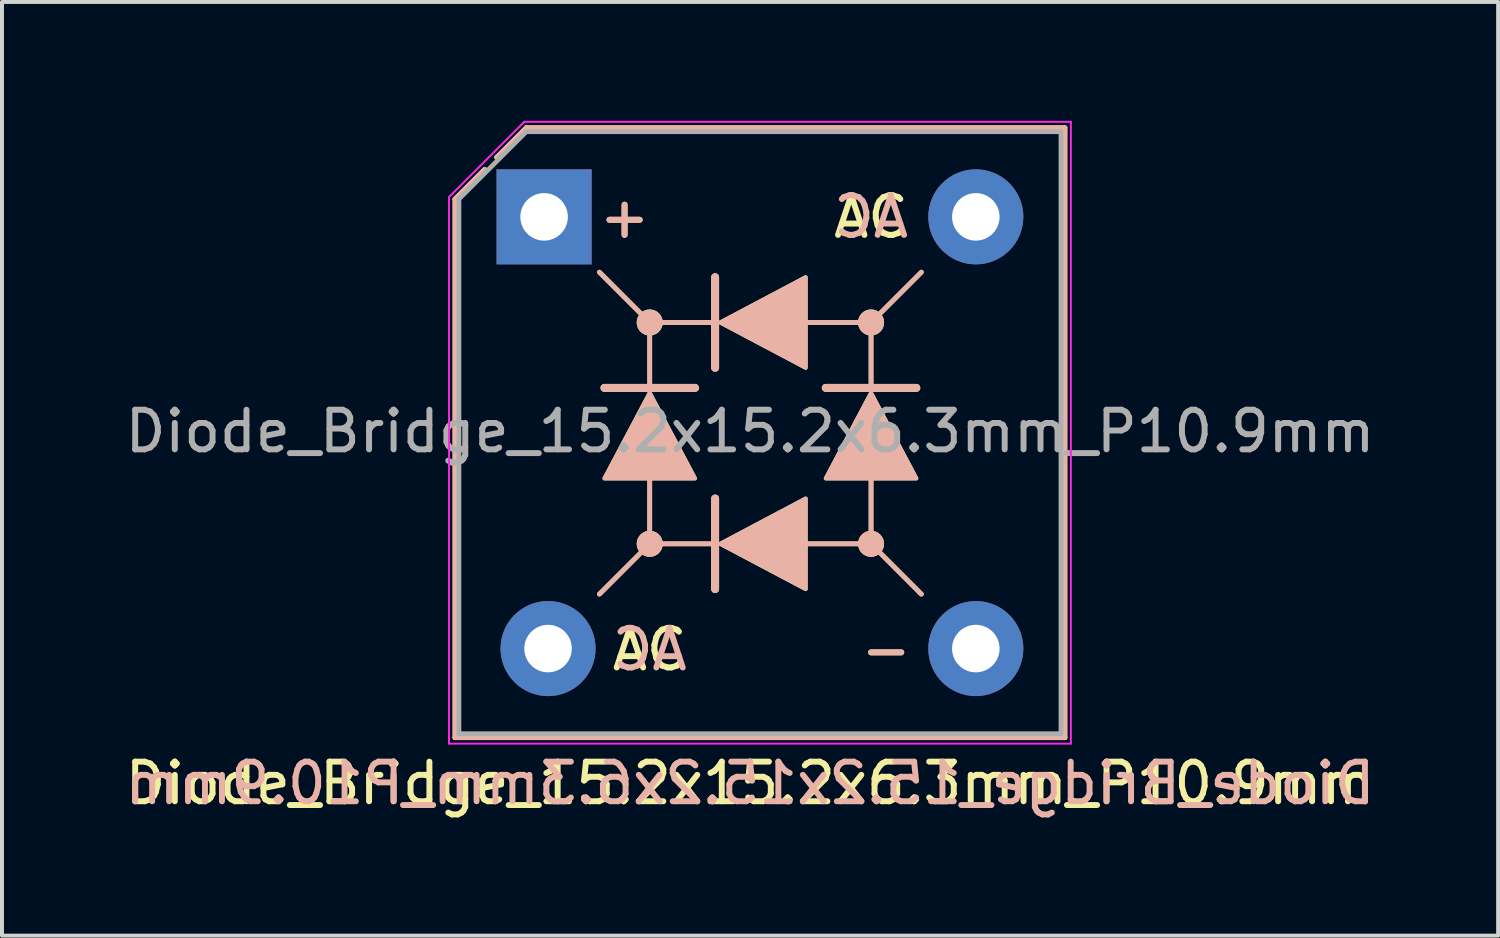
<source format=kicad_pcb>
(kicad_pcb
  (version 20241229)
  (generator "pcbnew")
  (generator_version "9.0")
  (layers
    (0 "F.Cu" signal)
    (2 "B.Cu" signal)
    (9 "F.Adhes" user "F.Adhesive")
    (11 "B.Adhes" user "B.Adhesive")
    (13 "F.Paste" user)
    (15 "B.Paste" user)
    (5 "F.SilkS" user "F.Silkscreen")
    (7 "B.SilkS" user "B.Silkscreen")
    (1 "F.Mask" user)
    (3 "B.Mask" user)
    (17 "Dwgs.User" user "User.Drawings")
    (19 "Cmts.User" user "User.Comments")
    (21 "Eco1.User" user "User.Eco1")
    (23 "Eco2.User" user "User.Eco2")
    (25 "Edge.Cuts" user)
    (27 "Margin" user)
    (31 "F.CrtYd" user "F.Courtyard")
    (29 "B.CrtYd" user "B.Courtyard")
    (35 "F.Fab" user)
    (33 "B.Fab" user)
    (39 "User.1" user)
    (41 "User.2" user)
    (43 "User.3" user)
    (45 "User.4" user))
  (footprint "Diode_Bridge_15.2x15.2x6.3mm_P10.9mm"
    (layer "F.Cu")
    (at 10.687 2.425)
    (property "Reference" "Diode_Bridge_15.2x15.2x6.3mm_P10.9mm" (at 5.2 14.3 180) (layer "F.SilkS") (effects (font (size 1 1) (thickness 0.15))))
    (fp_line (start -2.25 -0.45) (end -1.5 -1.2) (stroke (width 0.12) (type solid)) (layer "F.SilkS"))
    (fp_line (start -2.25 13.15) (end -2.25 -0.45) (stroke (width 0.12) (type solid)) (layer "F.SilkS"))
    (fp_line (start -1.2 -1.5) (end -0.45 -2.25) (stroke (width 0.12) (type solid)) (layer "F.SilkS"))
    (fp_line (start -0.45 -2.25) (end 13.15 -2.25) (stroke (width 0.12) (type solid)) (layer "F.SilkS"))
    (fp_line (start 1.397 1.397) (end 2.667 2.667) (stroke (width 0.12) (type solid)) (layer "F.SilkS"))
    (fp_line (start 1.397 9.525) (end 2.667 8.255) (stroke (width 0.12) (type solid)) (layer "F.SilkS"))
    (fp_line (start 2.667 4.318) (end 1.524 4.318) (stroke (width 0.2) (type solid)) (layer "F.SilkS"))
    (fp_line (start 2.667 4.318) (end 2.667 2.667) (stroke (width 0.12) (type solid)) (layer "F.SilkS"))
    (fp_line (start 2.667 8.255) (end 2.667 6.604) (stroke (width 0.12) (type solid)) (layer "F.SilkS"))
    (fp_line (start 3.81 4.318) (end 2.667 4.318) (stroke (width 0.2) (type solid)) (layer "F.SilkS"))
    (fp_line (start 4.318 1.524) (end 4.318 2.667) (stroke (width 0.2) (type solid)) (layer "F.SilkS"))
    (fp_line (start 4.318 2.667) (end 2.667 2.667) (stroke (width 0.12) (type solid)) (layer "F.SilkS"))
    (fp_line (start 4.318 2.667) (end 4.318 3.81) (stroke (width 0.2) (type solid)) (layer "F.SilkS"))
    (fp_line (start 4.318 7.112) (end 4.318 8.255) (stroke (width 0.2) (type solid)) (layer "F.SilkS"))
    (fp_line (start 4.318 8.255) (end 2.667 8.255) (stroke (width 0.12) (type solid)) (layer "F.SilkS"))
    (fp_line (start 4.318 8.255) (end 4.318 9.398) (stroke (width 0.2) (type solid)) (layer "F.SilkS"))
    (fp_line (start 8.255 2.667) (end 6.604 2.667) (stroke (width 0.12) (type solid)) (layer "F.SilkS"))
    (fp_line (start 8.255 4.318) (end 7.112 4.318) (stroke (width 0.2) (type solid)) (layer "F.SilkS"))
    (fp_line (start 8.255 4.318) (end 8.255 2.667) (stroke (width 0.12) (type solid)) (layer "F.SilkS"))
    (fp_line (start 8.255 8.255) (end 6.604 8.255) (stroke (width 0.12) (type solid)) (layer "F.SilkS"))
    (fp_line (start 8.255 8.255) (end 8.255 6.604) (stroke (width 0.12) (type solid)) (layer "F.SilkS"))
    (fp_line (start 9.398 4.318) (end 8.255 4.318) (stroke (width 0.2) (type solid)) (layer "F.SilkS"))
    (fp_line (start 9.525 1.397) (end 8.255 2.667) (stroke (width 0.12) (type solid)) (layer "F.SilkS"))
    (fp_line (start 9.525 9.525) (end 8.255 8.255) (stroke (width 0.12) (type solid)) (layer "F.SilkS"))
    (fp_line (start 13.15 -2.25) (end 13.15 13.15) (stroke (width 0.12) (type solid)) (layer "F.SilkS"))
    (fp_line (start 13.15 13.15) (end -2.25 13.15) (stroke (width 0.12) (type solid)) (layer "F.SilkS"))
    (fp_circle (center 2.667 2.667) (end 2.731 2.603) (stroke (width 0.12) (type solid)) (fill no) (layer "F.SilkS"))
    (fp_circle (center 2.667 2.667) (end 2.794 2.54) (stroke (width 0.12) (type solid)) (fill no) (layer "F.SilkS"))
    (fp_circle (center 2.667 2.667) (end 2.857 2.477) (stroke (width 0.12) (type solid)) (fill no) (layer "F.SilkS"))
    (fp_circle (center 2.667 8.255) (end 2.731 8.191) (stroke (width 0.12) (type solid)) (fill no) (layer "F.SilkS"))
    (fp_circle (center 2.667 8.255) (end 2.794 8.128) (stroke (width 0.12) (type solid)) (fill no) (layer "F.SilkS"))
    (fp_circle (center 2.667 8.255) (end 2.857 8.065) (stroke (width 0.12) (type solid)) (fill no) (layer "F.SilkS"))
    (fp_circle (center 8.255 2.667) (end 8.319 2.603) (stroke (width 0.12) (type solid)) (fill no) (layer "F.SilkS"))
    (fp_circle (center 8.255 2.667) (end 8.382 2.54) (stroke (width 0.12) (type solid)) (fill no) (layer "F.SilkS"))
    (fp_circle (center 8.255 2.667) (end 8.445 2.477) (stroke (width 0.12) (type solid)) (fill no) (layer "F.SilkS"))
    (fp_circle (center 8.255 8.255) (end 8.319 8.191) (stroke (width 0.12) (type solid)) (fill no) (layer "F.SilkS"))
    (fp_circle (center 8.255 8.255) (end 8.382 8.128) (stroke (width 0.12) (type solid)) (fill no) (layer "F.SilkS"))
    (fp_circle (center 8.255 8.255) (end 8.445 8.065) (stroke (width 0.12) (type solid)) (fill no) (layer "F.SilkS"))
    (fp_poly (pts (xy 3.81 6.604) (xy 1.524 6.604) (xy 2.667 4.445)) (stroke (width 0.1) (type solid)) (fill yes) (layer "F.SilkS"))
    (fp_poly (pts (xy 6.604 1.524) (xy 6.604 3.81) (xy 4.445 2.667)) (stroke (width 0.1) (type solid)) (fill yes) (layer "F.SilkS"))
    (fp_poly (pts (xy 6.604 7.112) (xy 6.604 9.398) (xy 4.445 8.255)) (stroke (width 0.1) (type solid)) (fill yes) (layer "F.SilkS"))
    (fp_poly (pts (xy 9.398 6.604) (xy 7.112 6.604) (xy 8.255 4.445)) (stroke (width 0.1) (type solid)) (fill yes) (layer "F.SilkS"))
    (fp_line (start -2.25 -0.45) (end -1.5 -1.2) (stroke (width 0.12) (type solid)) (layer "B.SilkS"))
    (fp_line (start -2.25 13.15) (end -2.25 -0.45) (stroke (width 0.12) (type solid)) (layer "B.SilkS"))
    (fp_line (start -1.2 -1.5) (end -0.45 -2.25) (stroke (width 0.12) (type solid)) (layer "B.SilkS"))
    (fp_line (start -0.45 -2.25) (end 13.15 -2.25) (stroke (width 0.12) (type solid)) (layer "B.SilkS"))
    (fp_line (start 1.397 1.397) (end 2.667 2.667) (stroke (width 0.12) (type solid)) (layer "B.SilkS"))
    (fp_line (start 1.397 9.525) (end 2.667 8.255) (stroke (width 0.12) (type solid)) (layer "B.SilkS"))
    (fp_line (start 2.667 4.318) (end 1.524 4.318) (stroke (width 0.2) (type solid)) (layer "B.SilkS"))
    (fp_line (start 2.667 4.318) (end 2.667 2.667) (stroke (width 0.12) (type solid)) (layer "B.SilkS"))
    (fp_line (start 2.667 8.255) (end 2.667 6.604) (stroke (width 0.12) (type solid)) (layer "B.SilkS"))
    (fp_line (start 3.81 4.318) (end 2.667 4.318) (stroke (width 0.2) (type solid)) (layer "B.SilkS"))
    (fp_line (start 4.318 1.524) (end 4.318 2.667) (stroke (width 0.2) (type solid)) (layer "B.SilkS"))
    (fp_line (start 4.318 2.667) (end 2.667 2.667) (stroke (width 0.12) (type solid)) (layer "B.SilkS"))
    (fp_line (start 4.318 2.667) (end 4.318 3.81) (stroke (width 0.2) (type solid)) (layer "B.SilkS"))
    (fp_line (start 4.318 7.112) (end 4.318 8.255) (stroke (width 0.2) (type solid)) (layer "B.SilkS"))
    (fp_line (start 4.318 8.255) (end 2.667 8.255) (stroke (width 0.12) (type solid)) (layer "B.SilkS"))
    (fp_line (start 4.318 8.255) (end 4.318 9.398) (stroke (width 0.2) (type solid)) (layer "B.SilkS"))
    (fp_line (start 8.255 2.667) (end 6.604 2.667) (stroke (width 0.12) (type solid)) (layer "B.SilkS"))
    (fp_line (start 8.255 4.318) (end 7.112 4.318) (stroke (width 0.2) (type solid)) (layer "B.SilkS"))
    (fp_line (start 8.255 4.318) (end 8.255 2.667) (stroke (width 0.12) (type solid)) (layer "B.SilkS"))
    (fp_line (start 8.255 8.255) (end 6.604 8.255) (stroke (width 0.12) (type solid)) (layer "B.SilkS"))
    (fp_line (start 8.255 8.255) (end 8.255 6.604) (stroke (width 0.12) (type solid)) (layer "B.SilkS"))
    (fp_line (start 9.398 4.318) (end 8.255 4.318) (stroke (width 0.2) (type solid)) (layer "B.SilkS"))
    (fp_line (start 9.525 1.397) (end 8.255 2.667) (stroke (width 0.12) (type solid)) (layer "B.SilkS"))
    (fp_line (start 9.525 9.525) (end 8.255 8.255) (stroke (width 0.12) (type solid)) (layer "B.SilkS"))
    (fp_line (start 13.15 -2.25) (end 13.15 13.15) (stroke (width 0.12) (type solid)) (layer "B.SilkS"))
    (fp_line (start 13.15 13.15) (end -2.25 13.15) (stroke (width 0.12) (type solid)) (layer "B.SilkS"))
    (fp_circle (center 2.667 2.667) (end 2.757 2.667) (stroke (width 0.12) (type solid)) (fill no) (layer "B.SilkS"))
    (fp_circle (center 2.667 2.667) (end 2.847 2.667) (stroke (width 0.12) (type solid)) (fill no) (layer "B.SilkS"))
    (fp_circle (center 2.667 2.667) (end 2.936 2.667) (stroke (width 0.12) (type solid)) (fill no) (layer "B.SilkS"))
    (fp_circle (center 2.667 8.255) (end 2.757 8.255) (stroke (width 0.12) (type solid)) (fill no) (layer "B.SilkS"))
    (fp_circle (center 2.667 8.255) (end 2.847 8.255) (stroke (width 0.12) (type solid)) (fill no) (layer "B.SilkS"))
    (fp_circle (center 2.667 8.255) (end 2.936 8.255) (stroke (width 0.12) (type solid)) (fill no) (layer "B.SilkS"))
    (fp_circle (center 8.255 2.667) (end 8.345 2.667) (stroke (width 0.12) (type solid)) (fill no) (layer "B.SilkS"))
    (fp_circle (center 8.255 2.667) (end 8.435 2.667) (stroke (width 0.12) (type solid)) (fill no) (layer "B.SilkS"))
    (fp_circle (center 8.255 2.667) (end 8.524 2.667) (stroke (width 0.12) (type solid)) (fill no) (layer "B.SilkS"))
    (fp_circle (center 8.255 8.255) (end 8.345 8.255) (stroke (width 0.12) (type solid)) (fill no) (layer "B.SilkS"))
    (fp_circle (center 8.255 8.255) (end 8.435 8.255) (stroke (width 0.12) (type solid)) (fill no) (layer "B.SilkS"))
    (fp_circle (center 8.255 8.255) (end 8.524 8.255) (stroke (width 0.12) (type solid)) (fill no) (layer "B.SilkS"))
    (fp_poly (pts (xy 3.81 6.604) (xy 1.524 6.604) (xy 2.667 4.445)) (stroke (width 0.1) (type solid)) (fill yes) (layer "B.SilkS"))
    (fp_poly (pts (xy 6.604 1.524) (xy 6.604 3.81) (xy 4.445 2.667)) (stroke (width 0.1) (type solid)) (fill yes) (layer "B.SilkS"))
    (fp_poly (pts (xy 6.604 7.112) (xy 6.604 9.398) (xy 4.445 8.255)) (stroke (width 0.1) (type solid)) (fill yes) (layer "B.SilkS"))
    (fp_poly (pts (xy 9.398 6.604) (xy 7.112 6.604) (xy 8.255 4.445)) (stroke (width 0.1) (type solid)) (fill yes) (layer "B.SilkS"))
    (fp_line (start -2.4 -0.5) (end -0.5 -2.4) (stroke (width 0.05) (type solid)) (layer "F.CrtYd"))
    (fp_line (start -2.4 13.3) (end -2.4 -0.5) (stroke (width 0.05) (type solid)) (layer "F.CrtYd"))
    (fp_line (start -0.5 -2.4) (end 13.3 -2.4) (stroke (width 0.05) (type solid)) (layer "F.CrtYd"))
    (fp_line (start 13.3 -2.4) (end 13.3 13.3) (stroke (width 0.05) (type solid)) (layer "F.CrtYd"))
    (fp_line (start 13.3 13.3) (end -2.4 13.3) (stroke (width 0.05) (type solid)) (layer "F.CrtYd"))
    (fp_line (start -2.15 -0.45) (end -0.45 -2.15) (stroke (width 0.12) (type solid)) (layer "F.Fab"))
    (fp_line (start -2.15 13.05) (end -2.15 -0.45) (stroke (width 0.12) (type solid)) (layer "F.Fab"))
    (fp_line (start -0.45 -2.15) (end 13.05 -2.15) (stroke (width 0.12) (type solid)) (layer "F.Fab"))
    (fp_line (start 13.05 -2.15) (end 13.05 13.05) (stroke (width 0.12) (type solid)) (layer "F.Fab"))
    (fp_line (start 13.05 13.05) (end -2.15 13.05) (stroke (width 0.12) (type solid)) (layer "F.Fab"))
    (fp_text user "AC" (at 8.255 0 0) (layer "F.SilkS") (effects (font (size 1 1) (thickness 0.15))))
    (fp_text user "+" (at 2.032 0 0) (layer "F.SilkS") (effects (font (size 1 1) (thickness 0.15))))
    (fp_text user "-" (at 8.636 10.922 0) (layer "F.SilkS") (effects (font (size 1 1) (thickness 0.15))))
    (fp_text user "AC" (at 2.667 10.922 0) (layer "F.SilkS") (effects (font (size 1 1) (thickness 0.15))))
    (fp_text user "AC" (at 2.667 10.922 0) (layer "B.SilkS") (effects (font (size 1 1) (thickness 0.15)) (justify mirror)))
    (fp_text user "${REFERENCE}" (at 5.2 14.3 0) (layer "B.SilkS") (effects (font (size 1 1) (thickness 0.15)) (justify mirror)))
    (fp_text user "AC" (at 8.255 0 0) (layer "B.SilkS") (effects (font (size 1 1) (thickness 0.15)) (justify mirror)))
    (fp_text user "+" (at 2.032 0 0) (layer "B.SilkS") (effects (font (size 1 1) (thickness 0.15)) (justify mirror)))
    (fp_text user "-" (at 8.636 10.922 0) (layer "B.SilkS") (effects (font (size 1 1) (thickness 0.15)) (justify mirror)))
    (fp_text user "${REFERENCE}" (at 5.2 5.415 180) (layer "F.Fab") (effects (font (size 1 1) (thickness 0.15))))
    (pad "1" thru_hole rect (at 0 0 180) (size 2.4 2.4) (drill 1.2) (layers "*.Cu" "*.Mask"))
    (pad "2" thru_hole circle (at 0.1 10.9 180) (size 2.4 2.4) (drill 1.2) (layers "*.Cu" "*.Mask"))
    (pad "3" thru_hole circle (at 10.9 10.9 180) (size 2.4 2.4) (drill 1.2) (layers "*.Cu" "*.Mask"))
    (pad "4" thru_hole circle (at 10.9 0 180) (size 2.4 2.4) (drill 1.2) (layers "*.Cu" "*.Mask")))
  (gr_rect
    (start -3 -3)
    (end 34.774 20.573)
    (stroke (width 0.1) (type default))
    (fill no)
    (layer "Edge.Cuts")))
</source>
